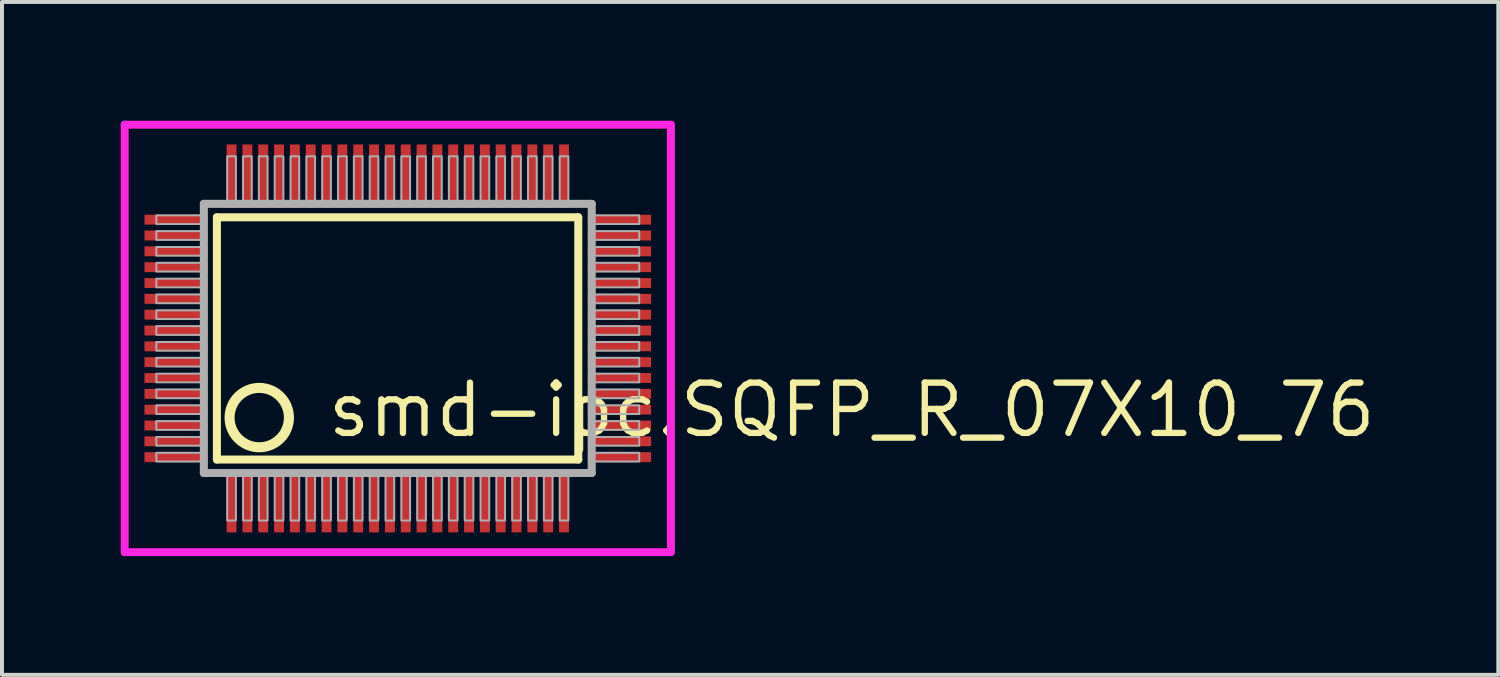
<source format=kicad_pcb>
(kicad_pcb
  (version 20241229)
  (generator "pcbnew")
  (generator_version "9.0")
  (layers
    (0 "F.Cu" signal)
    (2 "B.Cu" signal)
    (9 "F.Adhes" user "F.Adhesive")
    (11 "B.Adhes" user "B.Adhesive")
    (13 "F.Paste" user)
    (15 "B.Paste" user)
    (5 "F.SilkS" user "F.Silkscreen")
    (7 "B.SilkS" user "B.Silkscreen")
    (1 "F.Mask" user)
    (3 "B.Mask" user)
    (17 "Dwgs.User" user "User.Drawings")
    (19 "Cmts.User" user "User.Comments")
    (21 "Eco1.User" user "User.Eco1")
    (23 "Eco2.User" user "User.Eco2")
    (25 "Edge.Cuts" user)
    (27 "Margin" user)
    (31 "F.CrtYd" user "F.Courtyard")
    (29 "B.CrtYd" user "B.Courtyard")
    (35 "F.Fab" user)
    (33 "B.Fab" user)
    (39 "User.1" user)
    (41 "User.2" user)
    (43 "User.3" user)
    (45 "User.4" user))
  (footprint "smd-ipc.SQFP_R_07X10_76"
    (layer "F.Cu")
    (at 7 5.5)
    (property "Reference" "smd-ipc.SQFP_R_07X10_76" (at -1.85 2.55 0) (layer "F.SilkS") (effects (font (size 1.27 1.27) (thickness 0.16)) (justify left bottom)))
    (attr smd)
    (fp_line (start -4.57 -3.06) (end 4.56 -3.06) (stroke (width 0.203) (type default)) (layer "F.SilkS"))
    (fp_line (start -4.57 3.06) (end -4.57 -3.06) (stroke (width 0.203) (type default)) (layer "F.SilkS"))
    (fp_line (start 4.56 -3.06) (end 4.56 3.06) (stroke (width 0.203) (type default)) (layer "F.SilkS"))
    (fp_line (start 4.56 3.06) (end -4.57 3.06) (stroke (width 0.203) (type default)) (layer "F.SilkS"))
    (fp_circle (center -3.5 2) (end -2.75 2) (stroke (width 0.254) (type default)) (fill no) (layer "F.SilkS"))
    (fp_line (start -6.9 -5.4) (end 6.9 -5.4) (stroke (width 0.2) (type default)) (layer "F.CrtYd"))
    (fp_line (start -6.9 5.4) (end -6.9 -5.4) (stroke (width 0.2) (type default)) (layer "F.CrtYd"))
    (fp_line (start 6.9 -5.4) (end 6.9 5.4) (stroke (width 0.2) (type default)) (layer "F.CrtYd"))
    (fp_line (start 6.9 5.4) (end -6.9 5.4) (stroke (width 0.2) (type default)) (layer "F.CrtYd"))
    (fp_line (start -4.9 -3.4) (end -4.9 3.4) (stroke (width 0.203) (type default)) (layer "F.Fab"))
    (fp_line (start -4.9 3.4) (end 4.9 3.4) (stroke (width 0.203) (type default)) (layer "F.Fab"))
    (fp_line (start 4.9 -3.4) (end -4.9 -3.4) (stroke (width 0.203) (type default)) (layer "F.Fab"))
    (fp_line (start 4.9 3.4) (end 4.9 -3.4) (stroke (width 0.203) (type default)) (layer "F.Fab"))
    (fp_rect (start -6.1 -2.89) (end -4.95 -3.11) (stroke (width 0.05) (type default)) (fill no) (layer "F.Fab"))
    (fp_rect (start -6.1 -2.49) (end -4.95 -2.71) (stroke (width 0.05) (type default)) (fill no) (layer "F.Fab"))
    (fp_rect (start -6.1 -2.09) (end -4.95 -2.31) (stroke (width 0.05) (type default)) (fill no) (layer "F.Fab"))
    (fp_rect (start -6.1 -1.69) (end -4.95 -1.91) (stroke (width 0.05) (type default)) (fill no) (layer "F.Fab"))
    (fp_rect (start -6.1 -1.29) (end -4.95 -1.51) (stroke (width 0.05) (type default)) (fill no) (layer "F.Fab"))
    (fp_rect (start -6.1 -0.89) (end -4.95 -1.11) (stroke (width 0.05) (type default)) (fill no) (layer "F.Fab"))
    (fp_rect (start -6.1 -0.49) (end -4.95 -0.71) (stroke (width 0.05) (type default)) (fill no) (layer "F.Fab"))
    (fp_rect (start -6.1 -0.09) (end -4.95 -0.31) (stroke (width 0.05) (type default)) (fill no) (layer "F.Fab"))
    (fp_rect (start -6.1 0.31) (end -4.95 0.09) (stroke (width 0.05) (type default)) (fill no) (layer "F.Fab"))
    (fp_rect (start -6.1 0.71) (end -4.95 0.49) (stroke (width 0.05) (type default)) (fill no) (layer "F.Fab"))
    (fp_rect (start -6.1 1.11) (end -4.95 0.89) (stroke (width 0.05) (type default)) (fill no) (layer "F.Fab"))
    (fp_rect (start -6.1 1.51) (end -4.95 1.29) (stroke (width 0.05) (type default)) (fill no) (layer "F.Fab"))
    (fp_rect (start -6.1 1.91) (end -4.95 1.69) (stroke (width 0.05) (type default)) (fill no) (layer "F.Fab"))
    (fp_rect (start -6.1 2.31) (end -4.95 2.09) (stroke (width 0.05) (type default)) (fill no) (layer "F.Fab"))
    (fp_rect (start -6.1 2.71) (end -4.95 2.49) (stroke (width 0.05) (type default)) (fill no) (layer "F.Fab"))
    (fp_rect (start -6.1 3.11) (end -4.95 2.89) (stroke (width 0.05) (type default)) (fill no) (layer "F.Fab"))
    (fp_rect (start -4.31 -3.45) (end -4.09 -4.6) (stroke (width 0.05) (type default)) (fill no) (layer "F.Fab"))
    (fp_rect (start -4.31 4.6) (end -4.09 3.45) (stroke (width 0.05) (type default)) (fill no) (layer "F.Fab"))
    (fp_rect (start -3.91 -3.45) (end -3.69 -4.6) (stroke (width 0.05) (type default)) (fill no) (layer "F.Fab"))
    (fp_rect (start -3.91 4.6) (end -3.69 3.45) (stroke (width 0.05) (type default)) (fill no) (layer "F.Fab"))
    (fp_rect (start -3.51 -3.45) (end -3.29 -4.6) (stroke (width 0.05) (type default)) (fill no) (layer "F.Fab"))
    (fp_rect (start -3.51 4.6) (end -3.29 3.45) (stroke (width 0.05) (type default)) (fill no) (layer "F.Fab"))
    (fp_rect (start -3.11 -3.45) (end -2.89 -4.6) (stroke (width 0.05) (type default)) (fill no) (layer "F.Fab"))
    (fp_rect (start -3.11 4.6) (end -2.89 3.45) (stroke (width 0.05) (type default)) (fill no) (layer "F.Fab"))
    (fp_rect (start -2.71 -3.45) (end -2.49 -4.6) (stroke (width 0.05) (type default)) (fill no) (layer "F.Fab"))
    (fp_rect (start -2.71 4.6) (end -2.49 3.45) (stroke (width 0.05) (type default)) (fill no) (layer "F.Fab"))
    (fp_rect (start -2.31 -3.45) (end -2.09 -4.6) (stroke (width 0.05) (type default)) (fill no) (layer "F.Fab"))
    (fp_rect (start -2.31 4.6) (end -2.09 3.45) (stroke (width 0.05) (type default)) (fill no) (layer "F.Fab"))
    (fp_rect (start -1.91 -3.45) (end -1.69 -4.6) (stroke (width 0.05) (type default)) (fill no) (layer "F.Fab"))
    (fp_rect (start -1.91 4.6) (end -1.69 3.45) (stroke (width 0.05) (type default)) (fill no) (layer "F.Fab"))
    (fp_rect (start -1.51 -3.45) (end -1.29 -4.6) (stroke (width 0.05) (type default)) (fill no) (layer "F.Fab"))
    (fp_rect (start -1.51 4.6) (end -1.29 3.45) (stroke (width 0.05) (type default)) (fill no) (layer "F.Fab"))
    (fp_rect (start -1.11 -3.45) (end -0.89 -4.6) (stroke (width 0.05) (type default)) (fill no) (layer "F.Fab"))
    (fp_rect (start -1.11 4.6) (end -0.89 3.45) (stroke (width 0.05) (type default)) (fill no) (layer "F.Fab"))
    (fp_rect (start -0.71 -3.45) (end -0.49 -4.6) (stroke (width 0.05) (type default)) (fill no) (layer "F.Fab"))
    (fp_rect (start -0.71 4.6) (end -0.49 3.45) (stroke (width 0.05) (type default)) (fill no) (layer "F.Fab"))
    (fp_rect (start -0.31 -3.45) (end -0.09 -4.6) (stroke (width 0.05) (type default)) (fill no) (layer "F.Fab"))
    (fp_rect (start -0.31 4.6) (end -0.09 3.45) (stroke (width 0.05) (type default)) (fill no) (layer "F.Fab"))
    (fp_rect (start 0.09 -3.45) (end 0.31 -4.6) (stroke (width 0.05) (type default)) (fill no) (layer "F.Fab"))
    (fp_rect (start 0.09 4.6) (end 0.31 3.45) (stroke (width 0.05) (type default)) (fill no) (layer "F.Fab"))
    (fp_rect (start 0.49 -3.45) (end 0.71 -4.6) (stroke (width 0.05) (type default)) (fill no) (layer "F.Fab"))
    (fp_rect (start 0.49 4.6) (end 0.71 3.45) (stroke (width 0.05) (type default)) (fill no) (layer "F.Fab"))
    (fp_rect (start 0.89 -3.45) (end 1.11 -4.6) (stroke (width 0.05) (type default)) (fill no) (layer "F.Fab"))
    (fp_rect (start 0.89 4.6) (end 1.11 3.45) (stroke (width 0.05) (type default)) (fill no) (layer "F.Fab"))
    (fp_rect (start 1.29 -3.45) (end 1.51 -4.6) (stroke (width 0.05) (type default)) (fill no) (layer "F.Fab"))
    (fp_rect (start 1.29 4.6) (end 1.51 3.45) (stroke (width 0.05) (type default)) (fill no) (layer "F.Fab"))
    (fp_rect (start 1.69 -3.45) (end 1.91 -4.6) (stroke (width 0.05) (type default)) (fill no) (layer "F.Fab"))
    (fp_rect (start 1.69 4.6) (end 1.91 3.45) (stroke (width 0.05) (type default)) (fill no) (layer "F.Fab"))
    (fp_rect (start 2.09 -3.45) (end 2.31 -4.6) (stroke (width 0.05) (type default)) (fill no) (layer "F.Fab"))
    (fp_rect (start 2.09 4.6) (end 2.31 3.45) (stroke (width 0.05) (type default)) (fill no) (layer "F.Fab"))
    (fp_rect (start 2.49 -3.45) (end 2.71 -4.6) (stroke (width 0.05) (type default)) (fill no) (layer "F.Fab"))
    (fp_rect (start 2.49 4.6) (end 2.71 3.45) (stroke (width 0.05) (type default)) (fill no) (layer "F.Fab"))
    (fp_rect (start 2.89 -3.45) (end 3.11 -4.6) (stroke (width 0.05) (type default)) (fill no) (layer "F.Fab"))
    (fp_rect (start 2.89 4.6) (end 3.11 3.45) (stroke (width 0.05) (type default)) (fill no) (layer "F.Fab"))
    (fp_rect (start 3.29 -3.45) (end 3.51 -4.6) (stroke (width 0.05) (type default)) (fill no) (layer "F.Fab"))
    (fp_rect (start 3.29 4.6) (end 3.51 3.45) (stroke (width 0.05) (type default)) (fill no) (layer "F.Fab"))
    (fp_rect (start 3.69 -3.45) (end 3.91 -4.6) (stroke (width 0.05) (type default)) (fill no) (layer "F.Fab"))
    (fp_rect (start 3.69 4.6) (end 3.91 3.45) (stroke (width 0.05) (type default)) (fill no) (layer "F.Fab"))
    (fp_rect (start 4.09 -3.45) (end 4.31 -4.6) (stroke (width 0.05) (type default)) (fill no) (layer "F.Fab"))
    (fp_rect (start 4.09 4.6) (end 4.31 3.45) (stroke (width 0.05) (type default)) (fill no) (layer "F.Fab"))
    (fp_rect (start 4.95 -2.89) (end 6.1 -3.11) (stroke (width 0.05) (type default)) (fill no) (layer "F.Fab"))
    (fp_rect (start 4.95 -2.49) (end 6.1 -2.71) (stroke (width 0.05) (type default)) (fill no) (layer "F.Fab"))
    (fp_rect (start 4.95 -2.09) (end 6.1 -2.31) (stroke (width 0.05) (type default)) (fill no) (layer "F.Fab"))
    (fp_rect (start 4.95 -1.69) (end 6.1 -1.91) (stroke (width 0.05) (type default)) (fill no) (layer "F.Fab"))
    (fp_rect (start 4.95 -1.29) (end 6.1 -1.51) (stroke (width 0.05) (type default)) (fill no) (layer "F.Fab"))
    (fp_rect (start 4.95 -0.89) (end 6.1 -1.11) (stroke (width 0.05) (type default)) (fill no) (layer "F.Fab"))
    (fp_rect (start 4.95 -0.49) (end 6.1 -0.71) (stroke (width 0.05) (type default)) (fill no) (layer "F.Fab"))
    (fp_rect (start 4.95 -0.09) (end 6.1 -0.31) (stroke (width 0.05) (type default)) (fill no) (layer "F.Fab"))
    (fp_rect (start 4.95 0.31) (end 6.1 0.09) (stroke (width 0.05) (type default)) (fill no) (layer "F.Fab"))
    (fp_rect (start 4.95 0.71) (end 6.1 0.49) (stroke (width 0.05) (type default)) (fill no) (layer "F.Fab"))
    (fp_rect (start 4.95 1.11) (end 6.1 0.89) (stroke (width 0.05) (type default)) (fill no) (layer "F.Fab"))
    (fp_rect (start 4.95 1.51) (end 6.1 1.29) (stroke (width 0.05) (type default)) (fill no) (layer "F.Fab"))
    (fp_rect (start 4.95 1.91) (end 6.1 1.69) (stroke (width 0.05) (type default)) (fill no) (layer "F.Fab"))
    (fp_rect (start 4.95 2.31) (end 6.1 2.09) (stroke (width 0.05) (type default)) (fill no) (layer "F.Fab"))
    (fp_rect (start 4.95 2.71) (end 6.1 2.49) (stroke (width 0.05) (type default)) (fill no) (layer "F.Fab"))
    (fp_rect (start 4.95 3.11) (end 6.1 2.89) (stroke (width 0.05) (type default)) (fill no) (layer "F.Fab"))
    (pad "1" smd roundrect (at -4.2 4.1) (size 0.25 1.6) (layers "F.Cu" "F.Mask" "F.Paste") (roundrect_rratio 0.01))
    (pad "2" smd roundrect (at -3.8 4.1) (size 0.25 1.6) (layers "F.Cu" "F.Mask" "F.Paste") (roundrect_rratio 0.01))
    (pad "3" smd roundrect (at -3.4 4.1) (size 0.25 1.6) (layers "F.Cu" "F.Mask" "F.Paste") (roundrect_rratio 0.01))
    (pad "4" smd roundrect (at -3 4.1) (size 0.25 1.6) (layers "F.Cu" "F.Mask" "F.Paste") (roundrect_rratio 0.01))
    (pad "5" smd roundrect (at -2.6 4.1) (size 0.25 1.6) (layers "F.Cu" "F.Mask" "F.Paste") (roundrect_rratio 0.01))
    (pad "6" smd roundrect (at -2.2 4.1) (size 0.25 1.6) (layers "F.Cu" "F.Mask" "F.Paste") (roundrect_rratio 0.01))
    (pad "7" smd roundrect (at -1.8 4.1) (size 0.25 1.6) (layers "F.Cu" "F.Mask" "F.Paste") (roundrect_rratio 0.01))
    (pad "8" smd roundrect (at -1.4 4.1) (size 0.25 1.6) (layers "F.Cu" "F.Mask" "F.Paste") (roundrect_rratio 0.01))
    (pad "9" smd roundrect (at -1 4.1) (size 0.25 1.6) (layers "F.Cu" "F.Mask" "F.Paste") (roundrect_rratio 0.01))
    (pad "10" smd roundrect (at -0.6 4.1) (size 0.25 1.6) (layers "F.Cu" "F.Mask" "F.Paste") (roundrect_rratio 0.01))
    (pad "11" smd roundrect (at -0.2 4.1) (size 0.25 1.6) (layers "F.Cu" "F.Mask" "F.Paste") (roundrect_rratio 0.01))
    (pad "12" smd roundrect (at 0.2 4.1) (size 0.25 1.6) (layers "F.Cu" "F.Mask" "F.Paste") (roundrect_rratio 0.01))
    (pad "13" smd roundrect (at 0.6 4.1) (size 0.25 1.6) (layers "F.Cu" "F.Mask" "F.Paste") (roundrect_rratio 0.01))
    (pad "14" smd roundrect (at 1 4.1) (size 0.25 1.6) (layers "F.Cu" "F.Mask" "F.Paste") (roundrect_rratio 0.01))
    (pad "15" smd roundrect (at 1.4 4.1) (size 0.25 1.6) (layers "F.Cu" "F.Mask" "F.Paste") (roundrect_rratio 0.01))
    (pad "16" smd roundrect (at 1.8 4.1) (size 0.25 1.6) (layers "F.Cu" "F.Mask" "F.Paste") (roundrect_rratio 0.01))
    (pad "17" smd roundrect (at 2.2 4.1) (size 0.25 1.6) (layers "F.Cu" "F.Mask" "F.Paste") (roundrect_rratio 0.01))
    (pad "18" smd roundrect (at 2.6 4.1) (size 0.25 1.6) (layers "F.Cu" "F.Mask" "F.Paste") (roundrect_rratio 0.01))
    (pad "19" smd roundrect (at 3 4.1) (size 0.25 1.6) (layers "F.Cu" "F.Mask" "F.Paste") (roundrect_rratio 0.01))
    (pad "20" smd roundrect (at 3.4 4.1) (size 0.25 1.6) (layers "F.Cu" "F.Mask" "F.Paste") (roundrect_rratio 0.01))
    (pad "21" smd roundrect (at 3.8 4.1) (size 0.25 1.6) (layers "F.Cu" "F.Mask" "F.Paste") (roundrect_rratio 0.01))
    (pad "22" smd roundrect (at 4.2 4.1) (size 0.25 1.6) (layers "F.Cu" "F.Mask" "F.Paste") (roundrect_rratio 0.01))
    (pad "23" smd roundrect (at 5.6 3) (size 1.6 0.25) (layers "F.Cu" "F.Mask" "F.Paste") (roundrect_rratio 0.01))
    (pad "24" smd roundrect (at 5.6 2.6) (size 1.6 0.25) (layers "F.Cu" "F.Mask" "F.Paste") (roundrect_rratio 0.01))
    (pad "25" smd roundrect (at 5.6 2.2) (size 1.6 0.25) (layers "F.Cu" "F.Mask" "F.Paste") (roundrect_rratio 0.01))
    (pad "26" smd roundrect (at 5.6 1.8) (size 1.6 0.25) (layers "F.Cu" "F.Mask" "F.Paste") (roundrect_rratio 0.01))
    (pad "27" smd roundrect (at 5.6 1.4) (size 1.6 0.25) (layers "F.Cu" "F.Mask" "F.Paste") (roundrect_rratio 0.01))
    (pad "28" smd roundrect (at 5.6 1) (size 1.6 0.25) (layers "F.Cu" "F.Mask" "F.Paste") (roundrect_rratio 0.01))
    (pad "29" smd roundrect (at 5.6 0.6) (size 1.6 0.25) (layers "F.Cu" "F.Mask" "F.Paste") (roundrect_rratio 0.01))
    (pad "30" smd roundrect (at 5.6 0.2) (size 1.6 0.25) (layers "F.Cu" "F.Mask" "F.Paste") (roundrect_rratio 0.01))
    (pad "31" smd roundrect (at 5.6 -0.2) (size 1.6 0.25) (layers "F.Cu" "F.Mask" "F.Paste") (roundrect_rratio 0.01))
    (pad "32" smd roundrect (at 5.6 -0.6) (size 1.6 0.25) (layers "F.Cu" "F.Mask" "F.Paste") (roundrect_rratio 0.01))
    (pad "33" smd roundrect (at 5.6 -1) (size 1.6 0.25) (layers "F.Cu" "F.Mask" "F.Paste") (roundrect_rratio 0.01))
    (pad "34" smd roundrect (at 5.6 -1.4) (size 1.6 0.25) (layers "F.Cu" "F.Mask" "F.Paste") (roundrect_rratio 0.01))
    (pad "35" smd roundrect (at 5.6 -1.8) (size 1.6 0.25) (layers "F.Cu" "F.Mask" "F.Paste") (roundrect_rratio 0.01))
    (pad "36" smd roundrect (at 5.6 -2.2) (size 1.6 0.25) (layers "F.Cu" "F.Mask" "F.Paste") (roundrect_rratio 0.01))
    (pad "37" smd roundrect (at 5.6 -2.6) (size 1.6 0.25) (layers "F.Cu" "F.Mask" "F.Paste") (roundrect_rratio 0.01))
    (pad "38" smd roundrect (at 5.6 -3) (size 1.6 0.25) (layers "F.Cu" "F.Mask" "F.Paste") (roundrect_rratio 0.01))
    (pad "39" smd roundrect (at 4.2 -4.1) (size 0.25 1.6) (layers "F.Cu" "F.Mask" "F.Paste") (roundrect_rratio 0.01))
    (pad "40" smd roundrect (at 3.8 -4.1) (size 0.25 1.6) (layers "F.Cu" "F.Mask" "F.Paste") (roundrect_rratio 0.01))
    (pad "41" smd roundrect (at 3.4 -4.1) (size 0.25 1.6) (layers "F.Cu" "F.Mask" "F.Paste") (roundrect_rratio 0.01))
    (pad "42" smd roundrect (at 3 -4.1) (size 0.25 1.6) (layers "F.Cu" "F.Mask" "F.Paste") (roundrect_rratio 0.01))
    (pad "43" smd roundrect (at 2.6 -4.1) (size 0.25 1.6) (layers "F.Cu" "F.Mask" "F.Paste") (roundrect_rratio 0.01))
    (pad "44" smd roundrect (at 2.2 -4.1) (size 0.25 1.6) (layers "F.Cu" "F.Mask" "F.Paste") (roundrect_rratio 0.01))
    (pad "45" smd roundrect (at 1.8 -4.1) (size 0.25 1.6) (layers "F.Cu" "F.Mask" "F.Paste") (roundrect_rratio 0.01))
    (pad "46" smd roundrect (at 1.4 -4.1) (size 0.25 1.6) (layers "F.Cu" "F.Mask" "F.Paste") (roundrect_rratio 0.01))
    (pad "47" smd roundrect (at 1 -4.1) (size 0.25 1.6) (layers "F.Cu" "F.Mask" "F.Paste") (roundrect_rratio 0.01))
    (pad "48" smd roundrect (at 0.6 -4.1) (size 0.25 1.6) (layers "F.Cu" "F.Mask" "F.Paste") (roundrect_rratio 0.01))
    (pad "49" smd roundrect (at 0.2 -4.1) (size 0.25 1.6) (layers "F.Cu" "F.Mask" "F.Paste") (roundrect_rratio 0.01))
    (pad "50" smd roundrect (at -0.2 -4.1) (size 0.25 1.6) (layers "F.Cu" "F.Mask" "F.Paste") (roundrect_rratio 0.01))
    (pad "51" smd roundrect (at -0.6 -4.1) (size 0.25 1.6) (layers "F.Cu" "F.Mask" "F.Paste") (roundrect_rratio 0.01))
    (pad "52" smd roundrect (at -1 -4.1) (size 0.25 1.6) (layers "F.Cu" "F.Mask" "F.Paste") (roundrect_rratio 0.01))
    (pad "53" smd roundrect (at -1.4 -4.1) (size 0.25 1.6) (layers "F.Cu" "F.Mask" "F.Paste") (roundrect_rratio 0.01))
    (pad "54" smd roundrect (at -1.8 -4.1) (size 0.25 1.6) (layers "F.Cu" "F.Mask" "F.Paste") (roundrect_rratio 0.01))
    (pad "55" smd roundrect (at -2.2 -4.1) (size 0.25 1.6) (layers "F.Cu" "F.Mask" "F.Paste") (roundrect_rratio 0.01))
    (pad "56" smd roundrect (at -2.6 -4.1) (size 0.25 1.6) (layers "F.Cu" "F.Mask" "F.Paste") (roundrect_rratio 0.01))
    (pad "57" smd roundrect (at -3 -4.1) (size 0.25 1.6) (layers "F.Cu" "F.Mask" "F.Paste") (roundrect_rratio 0.01))
    (pad "58" smd roundrect (at -3.4 -4.1) (size 0.25 1.6) (layers "F.Cu" "F.Mask" "F.Paste") (roundrect_rratio 0.01))
    (pad "59" smd roundrect (at -3.8 -4.1) (size 0.25 1.6) (layers "F.Cu" "F.Mask" "F.Paste") (roundrect_rratio 0.01))
    (pad "60" smd roundrect (at -4.2 -4.1) (size 0.25 1.6) (layers "F.Cu" "F.Mask" "F.Paste") (roundrect_rratio 0.01))
    (pad "61" smd roundrect (at -5.6 -3) (size 1.6 0.25) (layers "F.Cu" "F.Mask" "F.Paste") (roundrect_rratio 0.01))
    (pad "62" smd roundrect (at -5.6 -2.6) (size 1.6 0.25) (layers "F.Cu" "F.Mask" "F.Paste") (roundrect_rratio 0.01))
    (pad "63" smd roundrect (at -5.6 -2.2) (size 1.6 0.25) (layers "F.Cu" "F.Mask" "F.Paste") (roundrect_rratio 0.01))
    (pad "64" smd roundrect (at -5.6 -1.8) (size 1.6 0.25) (layers "F.Cu" "F.Mask" "F.Paste") (roundrect_rratio 0.01))
    (pad "65" smd roundrect (at -5.6 -1.4) (size 1.6 0.25) (layers "F.Cu" "F.Mask" "F.Paste") (roundrect_rratio 0.01))
    (pad "66" smd roundrect (at -5.6 -1) (size 1.6 0.25) (layers "F.Cu" "F.Mask" "F.Paste") (roundrect_rratio 0.01))
    (pad "67" smd roundrect (at -5.6 -0.6) (size 1.6 0.25) (layers "F.Cu" "F.Mask" "F.Paste") (roundrect_rratio 0.01))
    (pad "68" smd roundrect (at -5.6 -0.2) (size 1.6 0.25) (layers "F.Cu" "F.Mask" "F.Paste") (roundrect_rratio 0.01))
    (pad "69" smd roundrect (at -5.6 0.2) (size 1.6 0.25) (layers "F.Cu" "F.Mask" "F.Paste") (roundrect_rratio 0.01))
    (pad "70" smd roundrect (at -5.6 0.6) (size 1.6 0.25) (layers "F.Cu" "F.Mask" "F.Paste") (roundrect_rratio 0.01))
    (pad "71" smd roundrect (at -5.6 1) (size 1.6 0.25) (layers "F.Cu" "F.Mask" "F.Paste") (roundrect_rratio 0.01))
    (pad "72" smd roundrect (at -5.6 1.4) (size 1.6 0.25) (layers "F.Cu" "F.Mask" "F.Paste") (roundrect_rratio 0.01))
    (pad "73" smd roundrect (at -5.6 1.8) (size 1.6 0.25) (layers "F.Cu" "F.Mask" "F.Paste") (roundrect_rratio 0.01))
    (pad "74" smd roundrect (at -5.6 2.2) (size 1.6 0.25) (layers "F.Cu" "F.Mask" "F.Paste") (roundrect_rratio 0.01))
    (pad "75" smd roundrect (at -5.6 2.6) (size 1.6 0.25) (layers "F.Cu" "F.Mask" "F.Paste") (roundrect_rratio 0.01))
    (pad "76" smd roundrect (at -5.6 3) (size 1.6 0.25) (layers "F.Cu" "F.Mask" "F.Paste") (roundrect_rratio 0.01)))
  (gr_rect
    (start -3 -3)
    (end 34.804 14)
    (stroke (width 0.1) (type default))
    (fill no)
    (layer "Edge.Cuts")))
</source>
